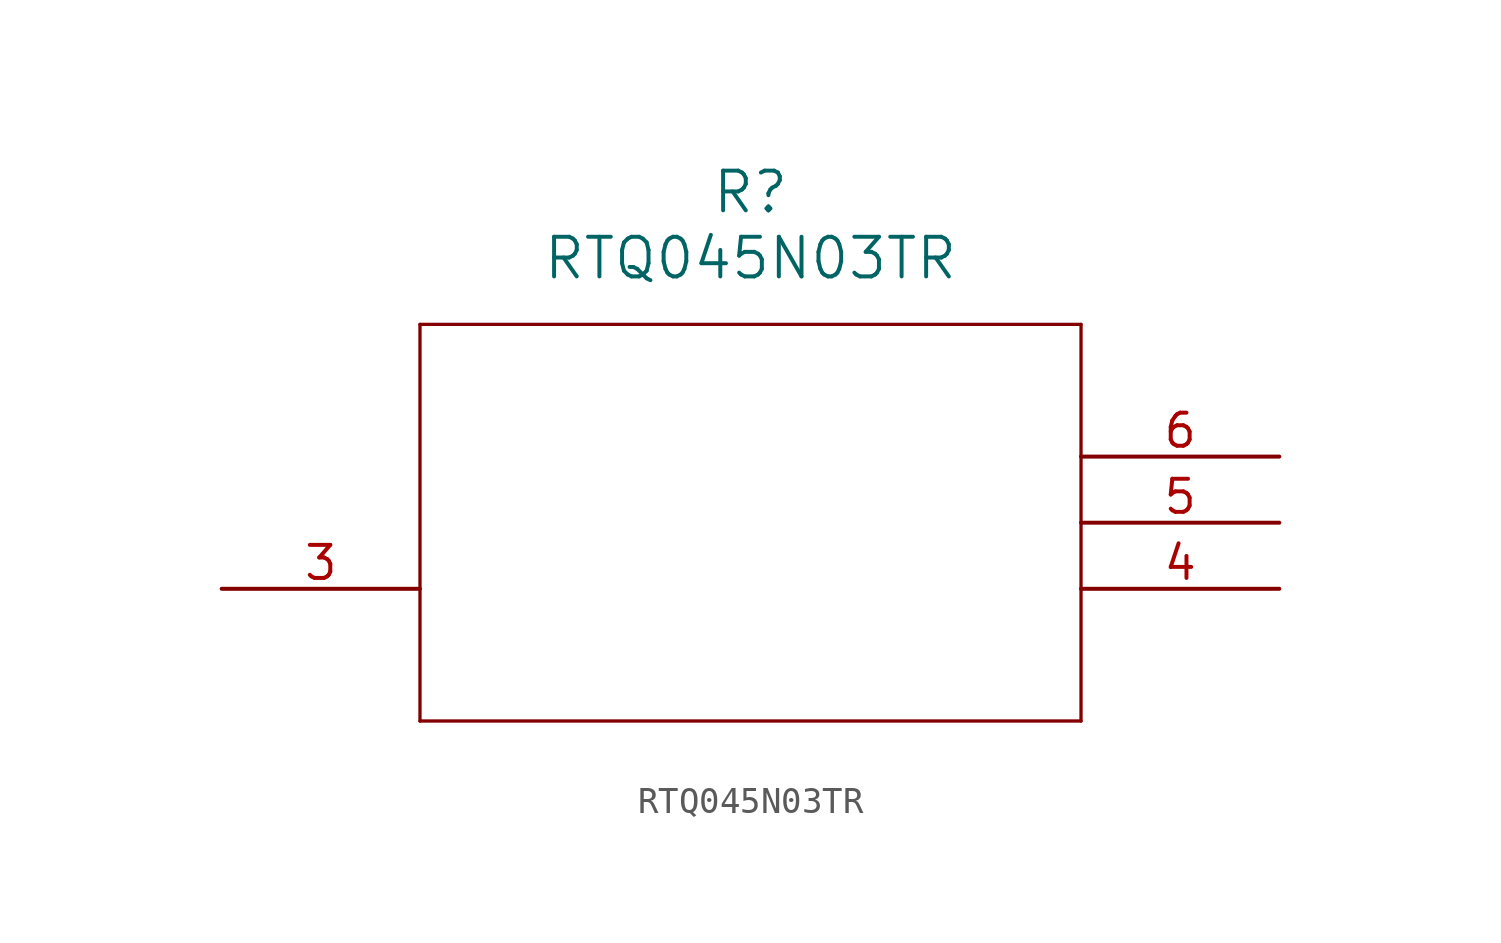
<source format=kicad_sym>
(kicad_symbol_lib
  (version 20211014)
  (generator kicad_symbol_editor)
  (symbol "RTQ045N03TR"
    (pin_names
      (offset 0.254))
    (property "Reference" "R"
      (at 20.32 10.16 0)
      (effects (font (size 1.524 1.524))))
    (property "Value" "RTQ045N03TR"
      (at 20.32 7.62 0)
      (effects (font (size 1.524 1.524))))
    (symbol "RTQ045N03TR_0_1"
      (polyline (pts (xy 7.62 5.08) (xy 7.62 -10.16)) (stroke (width 0.127) (type default) (color 0 0 0 0)) (fill (type none)))
      (polyline (pts (xy 7.62 -10.16) (xy 33.02 -10.16)) (stroke (width 0.127) (type default) (color 0 0 0 0)) (fill (type none)))
      (polyline (pts (xy 33.02 -10.16) (xy 33.02 5.08)) (stroke (width 0.127) (type default) (color 0 0 0 0)) (fill (type none)))
      (polyline (pts (xy 33.02 5.08) (xy 7.62 5.08)) (stroke (width 0.127) (type default) (color 0 0 0 0)) (fill (type none)))
      (pin unspecified line (at 0 -5.08 0) (length 7.62) (name "" (effects (font (size 1.27 1.27)))) (number "3" (effects (font (size 1.27 1.27)))))
      (pin unspecified line (at 40.64 -5.08 180) (length 7.62) (name "" (effects (font (size 1.27 1.27)))) (number "4" (effects (font (size 1.27 1.27)))))
      (pin unspecified line (at 40.64 -2.54 180) (length 7.62) (name "" (effects (font (size 1.27 1.27)))) (number "5" (effects (font (size 1.27 1.27)))))
      (pin unspecified line (at 40.64 0 180) (length 7.62) (name "" (effects (font (size 1.27 1.27)))) (number "6" (effects (font (size 1.27 1.27))))))))
</source>
